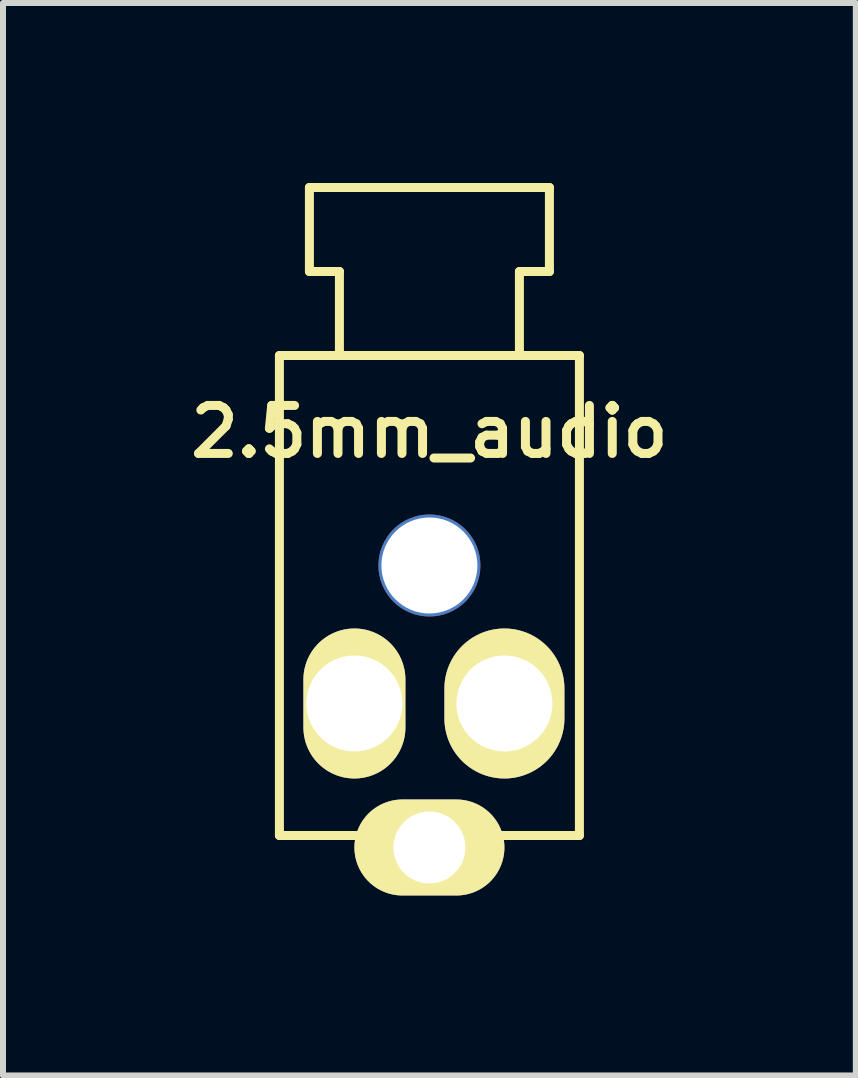
<source format=kicad_pcb>
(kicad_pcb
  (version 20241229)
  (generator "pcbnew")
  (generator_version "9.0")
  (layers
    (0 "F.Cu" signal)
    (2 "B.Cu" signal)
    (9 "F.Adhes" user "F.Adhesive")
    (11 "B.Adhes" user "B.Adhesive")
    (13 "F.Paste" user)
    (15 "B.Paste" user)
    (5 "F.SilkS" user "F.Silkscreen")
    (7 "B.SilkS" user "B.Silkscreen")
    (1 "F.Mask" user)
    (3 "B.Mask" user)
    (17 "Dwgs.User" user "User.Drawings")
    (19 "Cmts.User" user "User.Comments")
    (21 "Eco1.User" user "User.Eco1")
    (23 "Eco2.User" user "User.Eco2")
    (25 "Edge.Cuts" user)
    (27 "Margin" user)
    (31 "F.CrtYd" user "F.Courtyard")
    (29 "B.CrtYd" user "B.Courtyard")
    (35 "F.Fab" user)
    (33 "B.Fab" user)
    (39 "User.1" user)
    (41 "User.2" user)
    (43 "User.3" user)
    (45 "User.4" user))
  (footprint "2.5mm_audio"
    (layer "F.Cu")
    (at 4.107 2.875)
    (property "Reference" "2.5mm_audio" (at 0 1.27 0) (layer "F.SilkS") (effects (font (size 0.8 0.8) (thickness 0.15))))
    (attr through_hole)
    (fp_line (start -2.5 0) (end -2.5 8) (stroke (width 0.15) (type solid)) (layer "F.SilkS"))
    (fp_line (start -2.5 0) (end 2.5 0) (stroke (width 0.15) (type solid)) (layer "F.SilkS"))
    (fp_line (start -2.5 8) (end 2.5 8) (stroke (width 0.15) (type solid)) (layer "F.SilkS"))
    (fp_line (start -2 -2.8) (end 2 -2.8) (stroke (width 0.15) (type solid)) (layer "F.SilkS"))
    (fp_line (start -2 -1.4) (end -2 -2.8) (stroke (width 0.15) (type solid)) (layer "F.SilkS"))
    (fp_line (start -2 -1.4) (end -1.5 -1.4) (stroke (width 0.15) (type solid)) (layer "F.SilkS"))
    (fp_line (start -1.5 -1.4) (end -1.5 0) (stroke (width 0.15) (type solid)) (layer "F.SilkS"))
    (fp_line (start 1.5 0) (end 1.5 -1.4) (stroke (width 0.15) (type solid)) (layer "F.SilkS"))
    (fp_line (start 2 -2.8) (end 2 -1.4) (stroke (width 0.15) (type solid)) (layer "F.SilkS"))
    (fp_line (start 2 -1.4) (end 1.5 -1.4) (stroke (width 0.15) (type solid)) (layer "F.SilkS"))
    (fp_line (start 2.5 0) (end 2.5 8) (stroke (width 0.15) (type solid)) (layer "F.SilkS"))
    (pad "" np_thru_hole circle (at 0 3.5) (size 1.7 1.7) (drill 1.6) (layers "*.Cu" "*.Mask"))
    (pad "1" thru_hole oval (at -1.25 5.8) (size 1.7 2.5) (drill 1.6) (layers "*.Cu" "*.Mask" "F.SilkS"))
    (pad "2" thru_hole oval (at 0 8.2) (size 2.5 1.6) (drill 1.2) (layers "*.Cu" "*.Mask" "F.SilkS"))
    (pad "3" thru_hole oval (at 1.25 5.8) (size 2 2.5) (drill 1.6) (layers "*.Cu" "*.Mask" "F.SilkS")))
  (gr_rect
    (start -3 -3)
    (end 11.214 14.875)
    (stroke (width 0.1) (type default))
    (fill no)
    (layer "Edge.Cuts")))
</source>
